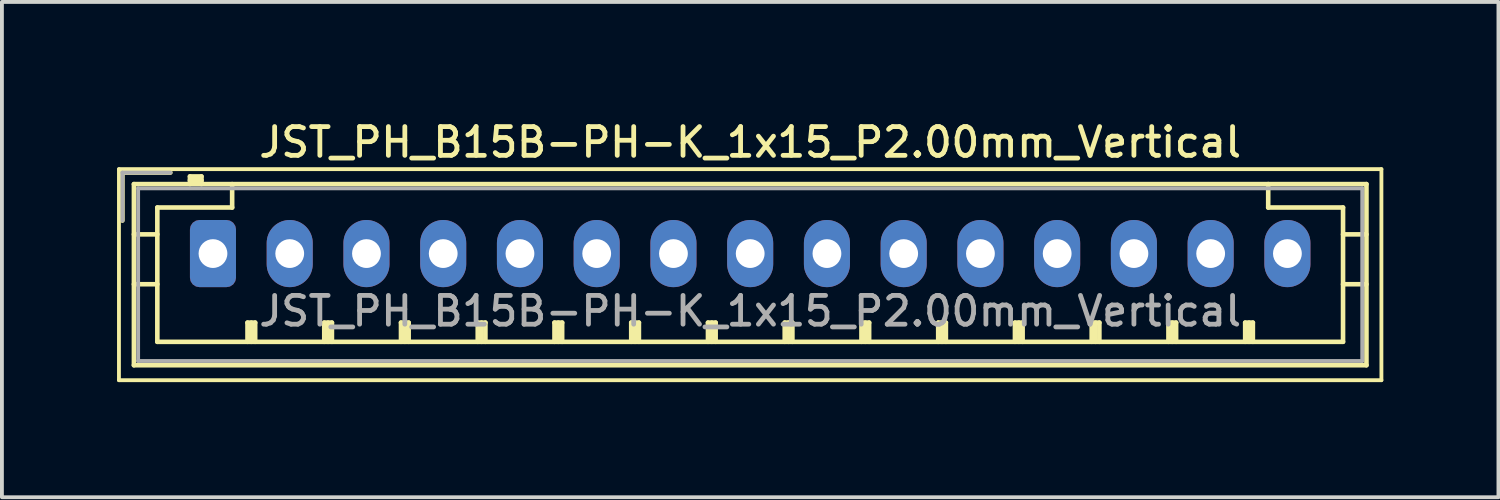
<source format=kicad_pcb>
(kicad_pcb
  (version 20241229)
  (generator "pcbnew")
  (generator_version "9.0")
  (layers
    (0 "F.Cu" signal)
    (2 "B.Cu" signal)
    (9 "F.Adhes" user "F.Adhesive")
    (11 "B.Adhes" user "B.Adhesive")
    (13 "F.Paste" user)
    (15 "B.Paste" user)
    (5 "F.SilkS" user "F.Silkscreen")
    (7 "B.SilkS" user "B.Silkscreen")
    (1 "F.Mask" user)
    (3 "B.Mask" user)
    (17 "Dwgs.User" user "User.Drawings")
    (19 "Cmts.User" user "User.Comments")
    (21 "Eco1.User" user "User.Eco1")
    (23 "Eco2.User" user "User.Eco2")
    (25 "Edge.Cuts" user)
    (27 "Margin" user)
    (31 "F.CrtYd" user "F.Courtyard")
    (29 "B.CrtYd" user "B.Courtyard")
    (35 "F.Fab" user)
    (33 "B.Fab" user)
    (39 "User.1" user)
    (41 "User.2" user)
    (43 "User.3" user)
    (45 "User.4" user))
  (footprint "JST_PH_B15B-PH-K_1x15_P2.00mm_Vertical"
    (layer "F.Cu")
    (at 2.5 3.558)
    (property "Reference" "JST_PH_B15B-PH-K_1x15_P2.00mm_Vertical" (at 14 -2.9 0) (layer "F.SilkS") (effects (font (size 0.75 0.75) (thickness 0.125))))
    (attr through_hole)
    (fp_line (start -2.45 -2.2) (end -2.45 3.3) (stroke (width 0.1) (type solid)) (layer "F.SilkS"))
    (fp_line (start -2.45 3.3) (end 30.45 3.3) (stroke (width 0.1) (type solid)) (layer "F.SilkS"))
    (fp_line (start -2.36 -2.11) (end -2.36 -0.86) (stroke (width 0.12) (type solid)) (layer "F.SilkS"))
    (fp_line (start -2.06 -1.81) (end -2.06 2.91) (stroke (width 0.12) (type solid)) (layer "F.SilkS"))
    (fp_line (start -2.06 -0.5) (end -1.45 -0.5) (stroke (width 0.12) (type solid)) (layer "F.SilkS"))
    (fp_line (start -2.06 0.8) (end -1.45 0.8) (stroke (width 0.12) (type solid)) (layer "F.SilkS"))
    (fp_line (start -2.06 2.91) (end 30.06 2.91) (stroke (width 0.12) (type solid)) (layer "F.SilkS"))
    (fp_line (start -1.45 -1.2) (end -1.45 2.3) (stroke (width 0.12) (type solid)) (layer "F.SilkS"))
    (fp_line (start -1.45 2.3) (end 29.45 2.3) (stroke (width 0.12) (type solid)) (layer "F.SilkS"))
    (fp_line (start -1.11 -2.11) (end -2.36 -2.11) (stroke (width 0.12) (type solid)) (layer "F.SilkS"))
    (fp_line (start -0.6 -2.01) (end -0.6 -1.81) (stroke (width 0.12) (type solid)) (layer "F.SilkS"))
    (fp_line (start -0.3 -2.01) (end -0.6 -2.01) (stroke (width 0.12) (type solid)) (layer "F.SilkS"))
    (fp_line (start -0.3 -1.91) (end -0.6 -1.91) (stroke (width 0.12) (type solid)) (layer "F.SilkS"))
    (fp_line (start -0.3 -1.81) (end -0.3 -2.01) (stroke (width 0.12) (type solid)) (layer "F.SilkS"))
    (fp_line (start 0.5 -1.81) (end 0.5 -1.2) (stroke (width 0.12) (type solid)) (layer "F.SilkS"))
    (fp_line (start 0.5 -1.2) (end -1.45 -1.2) (stroke (width 0.12) (type solid)) (layer "F.SilkS"))
    (fp_line (start 0.9 1.8) (end 1.1 1.8) (stroke (width 0.12) (type solid)) (layer "F.SilkS"))
    (fp_line (start 0.9 2.3) (end 0.9 1.8) (stroke (width 0.12) (type solid)) (layer "F.SilkS"))
    (fp_line (start 1 2.3) (end 1 1.8) (stroke (width 0.12) (type solid)) (layer "F.SilkS"))
    (fp_line (start 1.1 1.8) (end 1.1 2.3) (stroke (width 0.12) (type solid)) (layer "F.SilkS"))
    (fp_line (start 2.9 1.8) (end 3.1 1.8) (stroke (width 0.12) (type solid)) (layer "F.SilkS"))
    (fp_line (start 2.9 2.3) (end 2.9 1.8) (stroke (width 0.12) (type solid)) (layer "F.SilkS"))
    (fp_line (start 3 2.3) (end 3 1.8) (stroke (width 0.12) (type solid)) (layer "F.SilkS"))
    (fp_line (start 3.1 1.8) (end 3.1 2.3) (stroke (width 0.12) (type solid)) (layer "F.SilkS"))
    (fp_line (start 4.9 1.8) (end 5.1 1.8) (stroke (width 0.12) (type solid)) (layer "F.SilkS"))
    (fp_line (start 4.9 2.3) (end 4.9 1.8) (stroke (width 0.12) (type solid)) (layer "F.SilkS"))
    (fp_line (start 5 2.3) (end 5 1.8) (stroke (width 0.12) (type solid)) (layer "F.SilkS"))
    (fp_line (start 5.1 1.8) (end 5.1 2.3) (stroke (width 0.12) (type solid)) (layer "F.SilkS"))
    (fp_line (start 6.9 1.8) (end 7.1 1.8) (stroke (width 0.12) (type solid)) (layer "F.SilkS"))
    (fp_line (start 6.9 2.3) (end 6.9 1.8) (stroke (width 0.12) (type solid)) (layer "F.SilkS"))
    (fp_line (start 7 2.3) (end 7 1.8) (stroke (width 0.12) (type solid)) (layer "F.SilkS"))
    (fp_line (start 7.1 1.8) (end 7.1 2.3) (stroke (width 0.12) (type solid)) (layer "F.SilkS"))
    (fp_line (start 8.9 1.8) (end 9.1 1.8) (stroke (width 0.12) (type solid)) (layer "F.SilkS"))
    (fp_line (start 8.9 2.3) (end 8.9 1.8) (stroke (width 0.12) (type solid)) (layer "F.SilkS"))
    (fp_line (start 9 2.3) (end 9 1.8) (stroke (width 0.12) (type solid)) (layer "F.SilkS"))
    (fp_line (start 9.1 1.8) (end 9.1 2.3) (stroke (width 0.12) (type solid)) (layer "F.SilkS"))
    (fp_line (start 10.9 1.8) (end 11.1 1.8) (stroke (width 0.12) (type solid)) (layer "F.SilkS"))
    (fp_line (start 10.9 2.3) (end 10.9 1.8) (stroke (width 0.12) (type solid)) (layer "F.SilkS"))
    (fp_line (start 11 2.3) (end 11 1.8) (stroke (width 0.12) (type solid)) (layer "F.SilkS"))
    (fp_line (start 11.1 1.8) (end 11.1 2.3) (stroke (width 0.12) (type solid)) (layer "F.SilkS"))
    (fp_line (start 12.9 1.8) (end 13.1 1.8) (stroke (width 0.12) (type solid)) (layer "F.SilkS"))
    (fp_line (start 12.9 2.3) (end 12.9 1.8) (stroke (width 0.12) (type solid)) (layer "F.SilkS"))
    (fp_line (start 13 2.3) (end 13 1.8) (stroke (width 0.12) (type solid)) (layer "F.SilkS"))
    (fp_line (start 13.1 1.8) (end 13.1 2.3) (stroke (width 0.12) (type solid)) (layer "F.SilkS"))
    (fp_line (start 14.9 1.8) (end 15.1 1.8) (stroke (width 0.12) (type solid)) (layer "F.SilkS"))
    (fp_line (start 14.9 2.3) (end 14.9 1.8) (stroke (width 0.12) (type solid)) (layer "F.SilkS"))
    (fp_line (start 15 2.3) (end 15 1.8) (stroke (width 0.12) (type solid)) (layer "F.SilkS"))
    (fp_line (start 15.1 1.8) (end 15.1 2.3) (stroke (width 0.12) (type solid)) (layer "F.SilkS"))
    (fp_line (start 16.9 1.8) (end 17.1 1.8) (stroke (width 0.12) (type solid)) (layer "F.SilkS"))
    (fp_line (start 16.9 2.3) (end 16.9 1.8) (stroke (width 0.12) (type solid)) (layer "F.SilkS"))
    (fp_line (start 17 2.3) (end 17 1.8) (stroke (width 0.12) (type solid)) (layer "F.SilkS"))
    (fp_line (start 17.1 1.8) (end 17.1 2.3) (stroke (width 0.12) (type solid)) (layer "F.SilkS"))
    (fp_line (start 18.9 1.8) (end 19.1 1.8) (stroke (width 0.12) (type solid)) (layer "F.SilkS"))
    (fp_line (start 18.9 2.3) (end 18.9 1.8) (stroke (width 0.12) (type solid)) (layer "F.SilkS"))
    (fp_line (start 19 2.3) (end 19 1.8) (stroke (width 0.12) (type solid)) (layer "F.SilkS"))
    (fp_line (start 19.1 1.8) (end 19.1 2.3) (stroke (width 0.12) (type solid)) (layer "F.SilkS"))
    (fp_line (start 20.9 1.8) (end 21.1 1.8) (stroke (width 0.12) (type solid)) (layer "F.SilkS"))
    (fp_line (start 20.9 2.3) (end 20.9 1.8) (stroke (width 0.12) (type solid)) (layer "F.SilkS"))
    (fp_line (start 21 2.3) (end 21 1.8) (stroke (width 0.12) (type solid)) (layer "F.SilkS"))
    (fp_line (start 21.1 1.8) (end 21.1 2.3) (stroke (width 0.12) (type solid)) (layer "F.SilkS"))
    (fp_line (start 22.9 1.8) (end 23.1 1.8) (stroke (width 0.12) (type solid)) (layer "F.SilkS"))
    (fp_line (start 22.9 2.3) (end 22.9 1.8) (stroke (width 0.12) (type solid)) (layer "F.SilkS"))
    (fp_line (start 23 2.3) (end 23 1.8) (stroke (width 0.12) (type solid)) (layer "F.SilkS"))
    (fp_line (start 23.1 1.8) (end 23.1 2.3) (stroke (width 0.12) (type solid)) (layer "F.SilkS"))
    (fp_line (start 24.9 1.8) (end 25.1 1.8) (stroke (width 0.12) (type solid)) (layer "F.SilkS"))
    (fp_line (start 24.9 2.3) (end 24.9 1.8) (stroke (width 0.12) (type solid)) (layer "F.SilkS"))
    (fp_line (start 25 2.3) (end 25 1.8) (stroke (width 0.12) (type solid)) (layer "F.SilkS"))
    (fp_line (start 25.1 1.8) (end 25.1 2.3) (stroke (width 0.12) (type solid)) (layer "F.SilkS"))
    (fp_line (start 26.9 1.8) (end 27.1 1.8) (stroke (width 0.12) (type solid)) (layer "F.SilkS"))
    (fp_line (start 26.9 2.3) (end 26.9 1.8) (stroke (width 0.12) (type solid)) (layer "F.SilkS"))
    (fp_line (start 27 2.3) (end 27 1.8) (stroke (width 0.12) (type solid)) (layer "F.SilkS"))
    (fp_line (start 27.1 1.8) (end 27.1 2.3) (stroke (width 0.12) (type solid)) (layer "F.SilkS"))
    (fp_line (start 27.5 -1.2) (end 27.5 -1.81) (stroke (width 0.12) (type solid)) (layer "F.SilkS"))
    (fp_line (start 29.45 -1.2) (end 27.5 -1.2) (stroke (width 0.12) (type solid)) (layer "F.SilkS"))
    (fp_line (start 29.45 2.3) (end 29.45 -1.2) (stroke (width 0.12) (type solid)) (layer "F.SilkS"))
    (fp_line (start 30.06 -1.81) (end -2.06 -1.81) (stroke (width 0.12) (type solid)) (layer "F.SilkS"))
    (fp_line (start 30.06 -0.5) (end 29.45 -0.5) (stroke (width 0.12) (type solid)) (layer "F.SilkS"))
    (fp_line (start 30.06 0.8) (end 29.45 0.8) (stroke (width 0.12) (type solid)) (layer "F.SilkS"))
    (fp_line (start 30.06 2.91) (end 30.06 -1.81) (stroke (width 0.12) (type solid)) (layer "F.SilkS"))
    (fp_line (start 30.45 -2.2) (end -2.45 -2.2) (stroke (width 0.1) (type solid)) (layer "F.SilkS"))
    (fp_line (start 30.45 3.3) (end 30.45 -2.2) (stroke (width 0.1) (type solid)) (layer "F.SilkS"))
    (fp_line (start -2.36 -2.11) (end -2.36 -0.86) (stroke (width 0.1) (type solid)) (layer "F.Fab"))
    (fp_line (start -1.95 -1.7) (end -1.95 2.8) (stroke (width 0.1) (type solid)) (layer "F.Fab"))
    (fp_line (start -1.95 2.8) (end 29.95 2.8) (stroke (width 0.1) (type solid)) (layer "F.Fab"))
    (fp_line (start -1.11 -2.11) (end -2.36 -2.11) (stroke (width 0.1) (type solid)) (layer "F.Fab"))
    (fp_line (start 29.95 -1.7) (end -1.95 -1.7) (stroke (width 0.1) (type solid)) (layer "F.Fab"))
    (fp_line (start 29.95 2.8) (end 29.95 -1.7) (stroke (width 0.1) (type solid)) (layer "F.Fab"))
    (fp_text user "${REFERENCE}" (at 14 1.5 0) (layer "F.Fab") (effects (font (size 0.75 0.75) (thickness 0.125))))
    (pad "1" thru_hole roundrect (at 0 0) (size 1.2 1.75) (drill 0.75) (layers "*.Cu" "*.Mask") (roundrect_rratio 0.208))
    (pad "2" thru_hole oval (at 2 0) (size 1.2 1.75) (drill 0.75) (layers "*.Cu" "*.Mask"))
    (pad "3" thru_hole oval (at 4 0) (size 1.2 1.75) (drill 0.75) (layers "*.Cu" "*.Mask"))
    (pad "4" thru_hole oval (at 6 0) (size 1.2 1.75) (drill 0.75) (layers "*.Cu" "*.Mask"))
    (pad "5" thru_hole oval (at 8 0) (size 1.2 1.75) (drill 0.75) (layers "*.Cu" "*.Mask"))
    (pad "6" thru_hole oval (at 10 0) (size 1.2 1.75) (drill 0.75) (layers "*.Cu" "*.Mask"))
    (pad "7" thru_hole oval (at 12 0) (size 1.2 1.75) (drill 0.75) (layers "*.Cu" "*.Mask"))
    (pad "8" thru_hole oval (at 14 0) (size 1.2 1.75) (drill 0.75) (layers "*.Cu" "*.Mask"))
    (pad "9" thru_hole oval (at 16 0) (size 1.2 1.75) (drill 0.75) (layers "*.Cu" "*.Mask"))
    (pad "10" thru_hole oval (at 18 0) (size 1.2 1.75) (drill 0.75) (layers "*.Cu" "*.Mask"))
    (pad "11" thru_hole oval (at 20 0) (size 1.2 1.75) (drill 0.75) (layers "*.Cu" "*.Mask"))
    (pad "12" thru_hole oval (at 22 0) (size 1.2 1.75) (drill 0.75) (layers "*.Cu" "*.Mask"))
    (pad "13" thru_hole oval (at 24 0) (size 1.2 1.75) (drill 0.75) (layers "*.Cu" "*.Mask"))
    (pad "14" thru_hole oval (at 26 0) (size 1.2 1.75) (drill 0.75) (layers "*.Cu" "*.Mask"))
    (pad "15" thru_hole oval (at 28 0) (size 1.2 1.75) (drill 0.75) (layers "*.Cu" "*.Mask")))
  (gr_rect
    (start -3 -3)
    (end 36 9.908)
    (stroke (width 0.1) (type default))
    (fill no)
    (layer "Edge.Cuts")))
</source>
